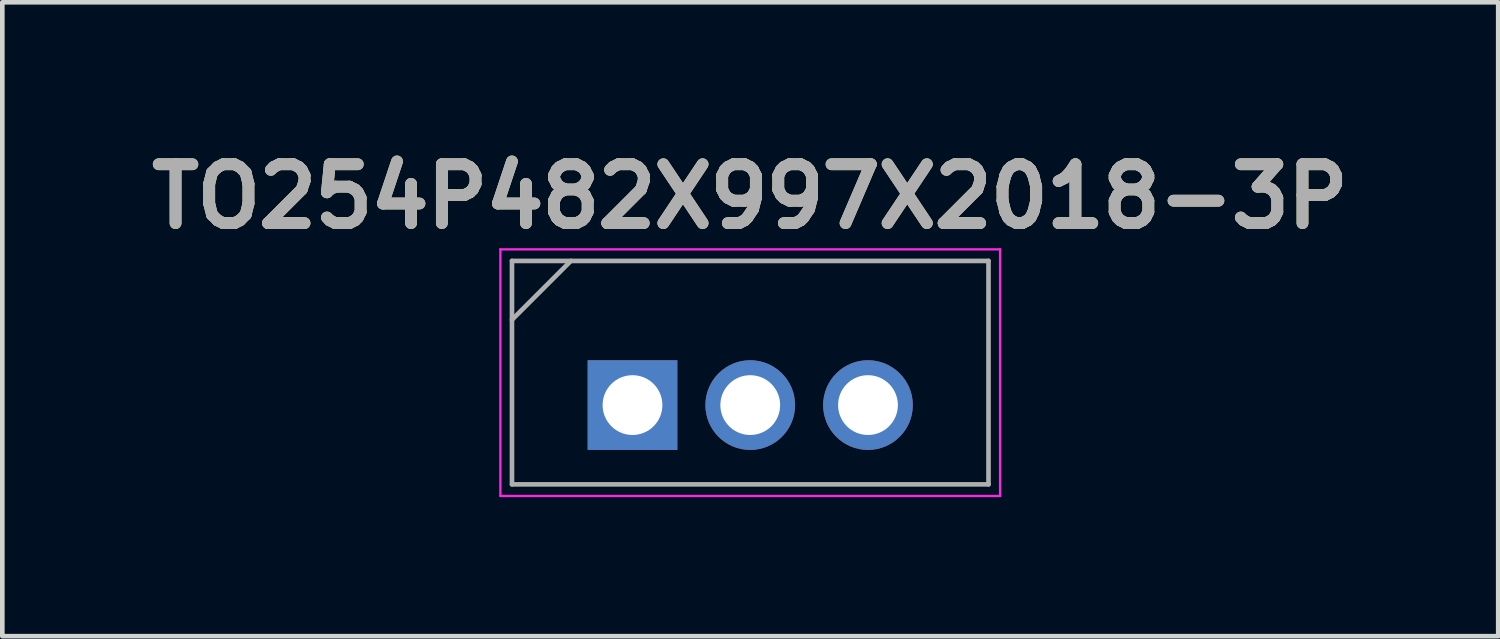
<source format=kicad_pcb>
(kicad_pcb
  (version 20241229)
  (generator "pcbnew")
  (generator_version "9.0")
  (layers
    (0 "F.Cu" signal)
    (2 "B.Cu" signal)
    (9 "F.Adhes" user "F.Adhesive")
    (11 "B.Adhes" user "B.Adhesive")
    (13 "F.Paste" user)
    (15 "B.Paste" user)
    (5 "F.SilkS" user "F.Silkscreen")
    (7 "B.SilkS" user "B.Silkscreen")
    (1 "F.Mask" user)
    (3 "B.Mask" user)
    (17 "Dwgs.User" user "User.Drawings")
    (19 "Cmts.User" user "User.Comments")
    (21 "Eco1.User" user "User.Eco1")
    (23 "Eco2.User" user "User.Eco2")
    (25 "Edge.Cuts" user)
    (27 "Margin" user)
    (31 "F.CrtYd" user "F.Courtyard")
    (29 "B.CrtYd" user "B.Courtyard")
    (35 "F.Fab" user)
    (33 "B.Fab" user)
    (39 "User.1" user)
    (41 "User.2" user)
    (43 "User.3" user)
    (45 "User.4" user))
  (footprint "TO254P482X997X2018-3P"
    (layer "F.Cu")
    (at 13.135 5.689)
    (property "Reference" "TO254P482X997X2018-3P" (at 0 -4.5 0) (layer "F.SilkS") (effects (font (size 1.27 1.27) (thickness 0.254))))
    (attr through_hole)
    (fp_line (start -5.39 -3.36) (end 5.39 -3.36) (stroke (width 0.05) (type solid)) (layer "F.CrtYd"))
    (fp_line (start -5.39 1.96) (end -5.39 -3.36) (stroke (width 0.05) (type solid)) (layer "F.CrtYd"))
    (fp_line (start 5.39 -3.36) (end 5.39 1.96) (stroke (width 0.05) (type solid)) (layer "F.CrtYd"))
    (fp_line (start 5.39 1.96) (end -5.39 1.96) (stroke (width 0.05) (type solid)) (layer "F.CrtYd"))
    (fp_line (start -5.14 -3.11) (end 5.14 -3.11) (stroke (width 0.1) (type solid)) (layer "F.Fab"))
    (fp_line (start -5.14 -1.84) (end -3.87 -3.11) (stroke (width 0.1) (type solid)) (layer "F.Fab"))
    (fp_line (start -5.14 1.71) (end -5.14 -3.11) (stroke (width 0.1) (type solid)) (layer "F.Fab"))
    (fp_line (start 5.14 -3.11) (end 5.14 1.71) (stroke (width 0.1) (type solid)) (layer "F.Fab"))
    (fp_line (start 5.14 1.71) (end -5.14 1.71) (stroke (width 0.1) (type solid)) (layer "F.Fab"))
    (fp_text user "${REFERENCE}" (at 0 -4.5 0) (layer "F.Fab") (effects (font (size 1.27 1.27) (thickness 0.254))))
    (pad "1" thru_hole rect (at -2.54 0) (size 1.935 1.935) (drill 1.29) (layers "*.Cu" "*.Mask"))
    (pad "2" thru_hole circle (at 0 0) (size 1.935 1.935) (drill 1.29) (layers "*.Cu" "*.Mask"))
    (pad "3" thru_hole circle (at 2.54 0) (size 1.935 1.935) (drill 1.29) (layers "*.Cu" "*.Mask")))
  (gr_rect
    (start -3 -3)
    (end 29.271 10.674)
    (stroke (width 0.1) (type default))
    (fill no)
    (layer "Edge.Cuts")))
</source>
